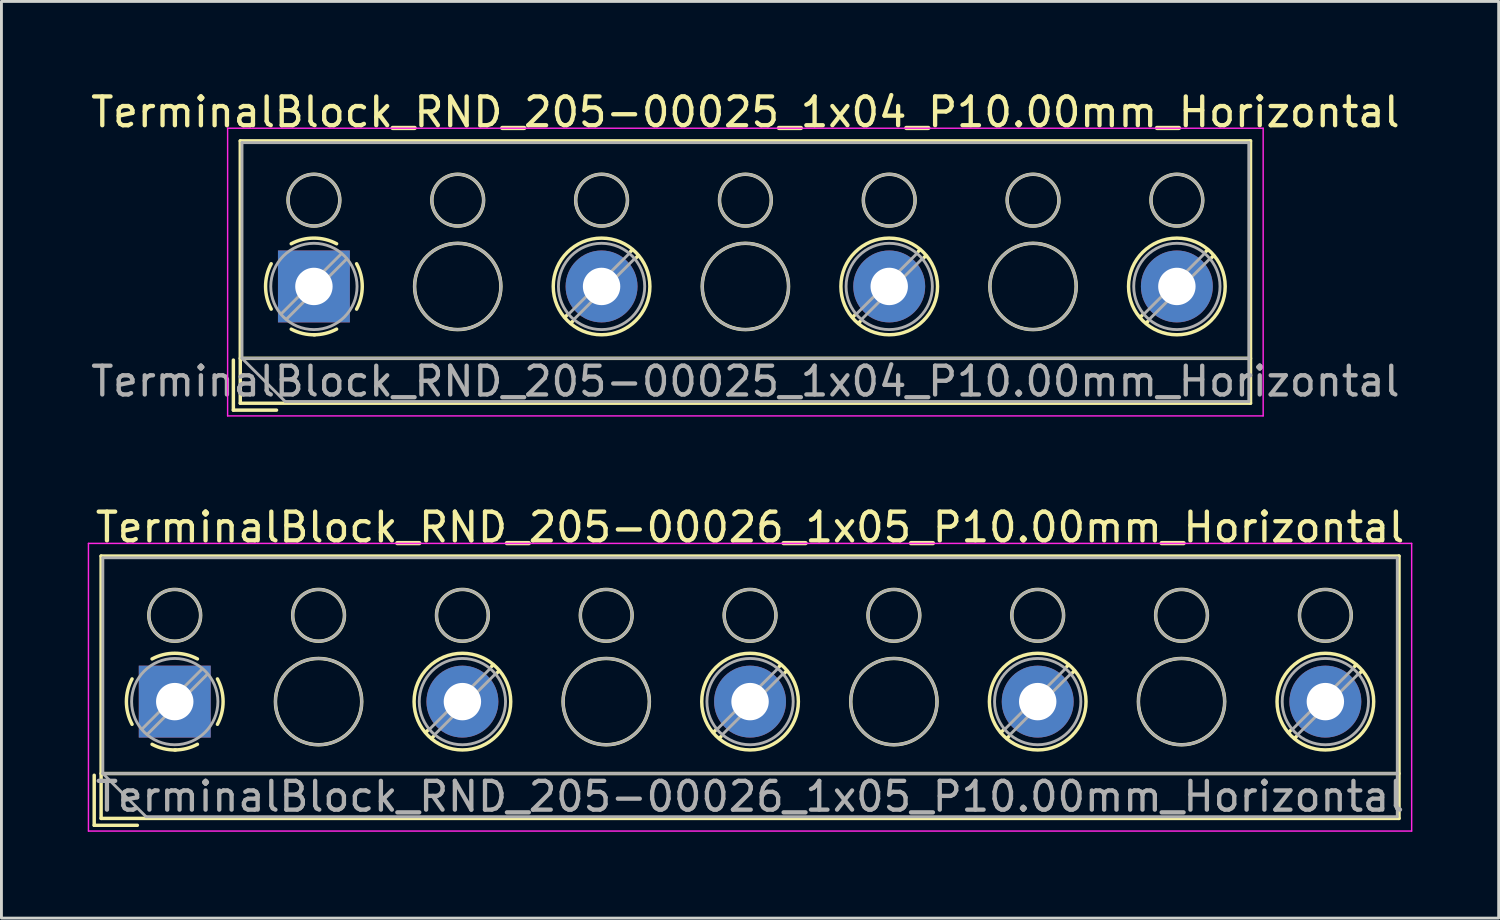
<source format=kicad_pcb>
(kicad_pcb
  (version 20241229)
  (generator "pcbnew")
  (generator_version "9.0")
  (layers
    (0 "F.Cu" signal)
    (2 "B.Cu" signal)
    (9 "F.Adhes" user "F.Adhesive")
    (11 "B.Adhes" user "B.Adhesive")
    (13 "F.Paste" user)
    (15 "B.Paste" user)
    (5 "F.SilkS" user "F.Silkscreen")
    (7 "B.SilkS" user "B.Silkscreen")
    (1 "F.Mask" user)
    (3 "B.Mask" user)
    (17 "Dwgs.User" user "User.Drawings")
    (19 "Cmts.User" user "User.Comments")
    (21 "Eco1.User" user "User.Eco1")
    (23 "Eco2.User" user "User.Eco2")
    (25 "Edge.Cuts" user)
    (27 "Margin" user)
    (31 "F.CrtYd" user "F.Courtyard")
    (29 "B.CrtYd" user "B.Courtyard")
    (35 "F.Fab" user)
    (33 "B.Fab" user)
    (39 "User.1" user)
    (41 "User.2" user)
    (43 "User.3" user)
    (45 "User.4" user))
  (footprint "TerminalBlock_RND_205-00026_1x05_P10.00mm_Horizontal"
    (layer "F.Cu")
    (at 3.025 21.341)
    (property "Reference" "TerminalBlock_RND_205-00026_1x05_P10.00mm_Horizontal" (at 20 -6.06 0) (layer "F.SilkS") (effects (font (size 1 1) (thickness 0.15))))
    (attr through_hole)
    (fp_line (start -2.8 2.56) (end -2.8 4.3) (stroke (width 0.12) (type solid)) (layer "F.SilkS"))
    (fp_line (start -2.8 4.3) (end -1.3 4.3) (stroke (width 0.12) (type solid)) (layer "F.SilkS"))
    (fp_line (start -2.56 -5.06) (end -2.56 4.06) (stroke (width 0.12) (type solid)) (layer "F.SilkS"))
    (fp_line (start -2.56 -5.06) (end 42.56 -5.06) (stroke (width 0.12) (type solid)) (layer "F.SilkS"))
    (fp_line (start -2.56 2.5) (end 42.56 2.5) (stroke (width 0.12) (type solid)) (layer "F.SilkS"))
    (fp_line (start -2.56 4.06) (end 42.56 4.06) (stroke (width 0.12) (type solid)) (layer "F.SilkS"))
    (fp_line (start 8.82 0.976) (end 8.726 1.069) (stroke (width 0.12) (type solid)) (layer "F.SilkS"))
    (fp_line (start 8.99 1.216) (end 8.931 1.274) (stroke (width 0.12) (type solid)) (layer "F.SilkS"))
    (fp_line (start 11.07 -1.275) (end 11.011 -1.216) (stroke (width 0.12) (type solid)) (layer "F.SilkS"))
    (fp_line (start 11.275 -1.069) (end 11.181 -0.976) (stroke (width 0.12) (type solid)) (layer "F.SilkS"))
    (fp_line (start 18.82 0.976) (end 18.726 1.069) (stroke (width 0.12) (type solid)) (layer "F.SilkS"))
    (fp_line (start 18.99 1.216) (end 18.931 1.274) (stroke (width 0.12) (type solid)) (layer "F.SilkS"))
    (fp_line (start 21.07 -1.275) (end 21.011 -1.216) (stroke (width 0.12) (type solid)) (layer "F.SilkS"))
    (fp_line (start 21.275 -1.069) (end 21.181 -0.976) (stroke (width 0.12) (type solid)) (layer "F.SilkS"))
    (fp_line (start 28.82 0.976) (end 28.726 1.069) (stroke (width 0.12) (type solid)) (layer "F.SilkS"))
    (fp_line (start 28.99 1.216) (end 28.931 1.274) (stroke (width 0.12) (type solid)) (layer "F.SilkS"))
    (fp_line (start 31.07 -1.275) (end 31.011 -1.216) (stroke (width 0.12) (type solid)) (layer "F.SilkS"))
    (fp_line (start 31.275 -1.069) (end 31.181 -0.976) (stroke (width 0.12) (type solid)) (layer "F.SilkS"))
    (fp_line (start 38.82 0.976) (end 38.726 1.069) (stroke (width 0.12) (type solid)) (layer "F.SilkS"))
    (fp_line (start 38.99 1.216) (end 38.931 1.274) (stroke (width 0.12) (type solid)) (layer "F.SilkS"))
    (fp_line (start 41.07 -1.275) (end 41.011 -1.216) (stroke (width 0.12) (type solid)) (layer "F.SilkS"))
    (fp_line (start 41.275 -1.069) (end 41.181 -0.976) (stroke (width 0.12) (type solid)) (layer "F.SilkS"))
    (fp_line (start 42.56 -5.06) (end 42.56 4.06) (stroke (width 0.12) (type solid)) (layer "F.SilkS"))
    (fp_arc (start -1.483953 0.789089) (mid -1.680708 0.00005) (end -1.484 -0.789) (stroke (width 0.12) (type solid)) (layer "F.SilkS"))
    (fp_arc (start -0.789089 -1.483953) (mid -0.00005 -1.680708) (end 0.789 -1.484) (stroke (width 0.12) (type solid)) (layer "F.SilkS"))
    (fp_arc (start 0.029383 1.68045) (mid -0.392304 1.634281) (end -0.789 1.484) (stroke (width 0.12) (type solid)) (layer "F.SilkS"))
    (fp_arc (start 0.788712 1.483352) (mid 0.406429 1.630097) (end 0 1.68) (stroke (width 0.12) (type solid)) (layer "F.SilkS"))
    (fp_arc (start 1.483953 -0.789089) (mid 1.680708 -0.00005) (end 1.484 0.789) (stroke (width 0.12) (type solid)) (layer "F.SilkS"))
    (fp_circle (center 0 -3) (end 0.9 -3) (stroke (width 0.12) (type solid)) (fill no) (layer "F.SilkS"))
    (fp_circle (center 5 -3) (end 5.9 -3) (stroke (width 0.12) (type solid)) (fill no) (layer "F.SilkS"))
    (fp_circle (center 5 0) (end 6.5 0) (stroke (width 0.12) (type solid)) (fill no) (layer "F.SilkS"))
    (fp_circle (center 10 -3) (end 10.9 -3) (stroke (width 0.12) (type solid)) (fill no) (layer "F.SilkS"))
    (fp_circle (center 10 0) (end 11.68 0) (stroke (width 0.12) (type solid)) (fill no) (layer "F.SilkS"))
    (fp_circle (center 15 -3) (end 15.9 -3) (stroke (width 0.12) (type solid)) (fill no) (layer "F.SilkS"))
    (fp_circle (center 15 0) (end 16.5 0) (stroke (width 0.12) (type solid)) (fill no) (layer "F.SilkS"))
    (fp_circle (center 20 -3) (end 20.9 -3) (stroke (width 0.12) (type solid)) (fill no) (layer "F.SilkS"))
    (fp_circle (center 20 0) (end 21.68 0) (stroke (width 0.12) (type solid)) (fill no) (layer "F.SilkS"))
    (fp_circle (center 25 -3) (end 25.9 -3) (stroke (width 0.12) (type solid)) (fill no) (layer "F.SilkS"))
    (fp_circle (center 25 0) (end 26.5 0) (stroke (width 0.12) (type solid)) (fill no) (layer "F.SilkS"))
    (fp_circle (center 30 -3) (end 30.9 -3) (stroke (width 0.12) (type solid)) (fill no) (layer "F.SilkS"))
    (fp_circle (center 30 0) (end 31.68 0) (stroke (width 0.12) (type solid)) (fill no) (layer "F.SilkS"))
    (fp_circle (center 35 -3) (end 35.9 -3) (stroke (width 0.12) (type solid)) (fill no) (layer "F.SilkS"))
    (fp_circle (center 35 0) (end 36.5 0) (stroke (width 0.12) (type solid)) (fill no) (layer "F.SilkS"))
    (fp_circle (center 40 -3) (end 40.9 -3) (stroke (width 0.12) (type solid)) (fill no) (layer "F.SilkS"))
    (fp_circle (center 40 0) (end 41.68 0) (stroke (width 0.12) (type solid)) (fill no) (layer "F.SilkS"))
    (fp_line (start -3 -5.5) (end -3 4.5) (stroke (width 0.05) (type solid)) (layer "F.CrtYd"))
    (fp_line (start -3 4.5) (end 43 4.5) (stroke (width 0.05) (type solid)) (layer "F.CrtYd"))
    (fp_line (start 43 -5.5) (end -3 -5.5) (stroke (width 0.05) (type solid)) (layer "F.CrtYd"))
    (fp_line (start 43 4.5) (end 43 -5.5) (stroke (width 0.05) (type solid)) (layer "F.CrtYd"))
    (fp_line (start -2.5 -5) (end 42.5 -5) (stroke (width 0.1) (type solid)) (layer "F.Fab"))
    (fp_line (start -2.5 2.5) (end -2.5 -5) (stroke (width 0.1) (type solid)) (layer "F.Fab"))
    (fp_line (start -2.5 2.5) (end 42.5 2.5) (stroke (width 0.1) (type solid)) (layer "F.Fab"))
    (fp_line (start -1 4) (end -2.5 2.5) (stroke (width 0.1) (type solid)) (layer "F.Fab"))
    (fp_line (start 0.955 -1.138) (end -1.138 0.955) (stroke (width 0.1) (type solid)) (layer "F.Fab"))
    (fp_line (start 1.138 -0.955) (end -0.955 1.138) (stroke (width 0.1) (type solid)) (layer "F.Fab"))
    (fp_line (start 10.955 -1.138) (end 8.863 0.955) (stroke (width 0.1) (type solid)) (layer "F.Fab"))
    (fp_line (start 11.138 -0.955) (end 9.046 1.138) (stroke (width 0.1) (type solid)) (layer "F.Fab"))
    (fp_line (start 20.955 -1.138) (end 18.863 0.955) (stroke (width 0.1) (type solid)) (layer "F.Fab"))
    (fp_line (start 21.138 -0.955) (end 19.046 1.138) (stroke (width 0.1) (type solid)) (layer "F.Fab"))
    (fp_line (start 30.955 -1.138) (end 28.863 0.955) (stroke (width 0.1) (type solid)) (layer "F.Fab"))
    (fp_line (start 31.138 -0.955) (end 29.046 1.138) (stroke (width 0.1) (type solid)) (layer "F.Fab"))
    (fp_line (start 40.955 -1.138) (end 38.863 0.955) (stroke (width 0.1) (type solid)) (layer "F.Fab"))
    (fp_line (start 41.138 -0.955) (end 39.046 1.138) (stroke (width 0.1) (type solid)) (layer "F.Fab"))
    (fp_line (start 42.5 -5) (end 42.5 4) (stroke (width 0.1) (type solid)) (layer "F.Fab"))
    (fp_line (start 42.5 4) (end -1 4) (stroke (width 0.1) (type solid)) (layer "F.Fab"))
    (fp_circle (center 0 -3) (end 0.9 -3) (stroke (width 0.1) (type solid)) (fill no) (layer "F.Fab"))
    (fp_circle (center 0 0) (end 1.5 0) (stroke (width 0.1) (type solid)) (fill no) (layer "F.Fab"))
    (fp_circle (center 5 -3) (end 5.9 -3) (stroke (width 0.1) (type solid)) (fill no) (layer "F.Fab"))
    (fp_circle (center 5 0) (end 6.5 0) (stroke (width 0.1) (type solid)) (fill no) (layer "F.Fab"))
    (fp_circle (center 10 -3) (end 10.9 -3) (stroke (width 0.1) (type solid)) (fill no) (layer "F.Fab"))
    (fp_circle (center 10 0) (end 11.5 0) (stroke (width 0.1) (type solid)) (fill no) (layer "F.Fab"))
    (fp_circle (center 15 -3) (end 15.9 -3) (stroke (width 0.1) (type solid)) (fill no) (layer "F.Fab"))
    (fp_circle (center 15 0) (end 16.5 0) (stroke (width 0.1) (type solid)) (fill no) (layer "F.Fab"))
    (fp_circle (center 20 -3) (end 20.9 -3) (stroke (width 0.1) (type solid)) (fill no) (layer "F.Fab"))
    (fp_circle (center 20 0) (end 21.5 0) (stroke (width 0.1) (type solid)) (fill no) (layer "F.Fab"))
    (fp_circle (center 25 -3) (end 25.9 -3) (stroke (width 0.1) (type solid)) (fill no) (layer "F.Fab"))
    (fp_circle (center 25 0) (end 26.5 0) (stroke (width 0.1) (type solid)) (fill no) (layer "F.Fab"))
    (fp_circle (center 30 -3) (end 30.9 -3) (stroke (width 0.1) (type solid)) (fill no) (layer "F.Fab"))
    (fp_circle (center 30 0) (end 31.5 0) (stroke (width 0.1) (type solid)) (fill no) (layer "F.Fab"))
    (fp_circle (center 35 -3) (end 35.9 -3) (stroke (width 0.1) (type solid)) (fill no) (layer "F.Fab"))
    (fp_circle (center 35 0) (end 36.5 0) (stroke (width 0.1) (type solid)) (fill no) (layer "F.Fab"))
    (fp_circle (center 40 -3) (end 40.9 -3) (stroke (width 0.1) (type solid)) (fill no) (layer "F.Fab"))
    (fp_circle (center 40 0) (end 41.5 0) (stroke (width 0.1) (type solid)) (fill no) (layer "F.Fab"))
    (fp_text user "${REFERENCE}" (at 20 3.3 0) (layer "F.Fab") (effects (font (size 1 1) (thickness 0.15))))
    (pad "1" thru_hole rect (at 0 0) (size 2.5 2.5) (drill 1.3) (layers "*.Cu" "*.Mask"))
    (pad "2" thru_hole circle (at 10 0) (size 2.5 2.5) (drill 1.3) (layers "*.Cu" "*.Mask"))
    (pad "3" thru_hole circle (at 20 0) (size 2.5 2.5) (drill 1.3) (layers "*.Cu" "*.Mask"))
    (pad "4" thru_hole circle (at 30 0) (size 2.5 2.5) (drill 1.3) (layers "*.Cu" "*.Mask"))
    (pad "5" thru_hole circle (at 40 0) (size 2.5 2.5) (drill 1.3) (layers "*.Cu" "*.Mask")))
  (footprint "TerminalBlock_RND_205-00025_1x04_P10.00mm_Horizontal"
    (layer "F.Cu")
    (at 7.863 6.908)
    (property "Reference" "TerminalBlock_RND_205-00025_1x04_P10.00mm_Horizontal" (at 15 -6.06 0) (layer "F.SilkS") (effects (font (size 1 1) (thickness 0.15))))
    (attr through_hole)
    (fp_line (start -2.8 2.56) (end -2.8 4.3) (stroke (width 0.12) (type solid)) (layer "F.SilkS"))
    (fp_line (start -2.8 4.3) (end -1.3 4.3) (stroke (width 0.12) (type solid)) (layer "F.SilkS"))
    (fp_line (start -2.56 -5.06) (end -2.56 4.06) (stroke (width 0.12) (type solid)) (layer "F.SilkS"))
    (fp_line (start -2.56 -5.06) (end 32.56 -5.06) (stroke (width 0.12) (type solid)) (layer "F.SilkS"))
    (fp_line (start -2.56 2.5) (end 32.56 2.5) (stroke (width 0.12) (type solid)) (layer "F.SilkS"))
    (fp_line (start -2.56 4.06) (end 32.56 4.06) (stroke (width 0.12) (type solid)) (layer "F.SilkS"))
    (fp_line (start 8.82 0.976) (end 8.726 1.069) (stroke (width 0.12) (type solid)) (layer "F.SilkS"))
    (fp_line (start 8.99 1.216) (end 8.931 1.274) (stroke (width 0.12) (type solid)) (layer "F.SilkS"))
    (fp_line (start 11.07 -1.275) (end 11.011 -1.216) (stroke (width 0.12) (type solid)) (layer "F.SilkS"))
    (fp_line (start 11.275 -1.069) (end 11.181 -0.976) (stroke (width 0.12) (type solid)) (layer "F.SilkS"))
    (fp_line (start 18.82 0.976) (end 18.726 1.069) (stroke (width 0.12) (type solid)) (layer "F.SilkS"))
    (fp_line (start 18.99 1.216) (end 18.931 1.274) (stroke (width 0.12) (type solid)) (layer "F.SilkS"))
    (fp_line (start 21.07 -1.275) (end 21.011 -1.216) (stroke (width 0.12) (type solid)) (layer "F.SilkS"))
    (fp_line (start 21.275 -1.069) (end 21.181 -0.976) (stroke (width 0.12) (type solid)) (layer "F.SilkS"))
    (fp_line (start 28.82 0.976) (end 28.726 1.069) (stroke (width 0.12) (type solid)) (layer "F.SilkS"))
    (fp_line (start 28.99 1.216) (end 28.931 1.274) (stroke (width 0.12) (type solid)) (layer "F.SilkS"))
    (fp_line (start 31.07 -1.275) (end 31.011 -1.216) (stroke (width 0.12) (type solid)) (layer "F.SilkS"))
    (fp_line (start 31.275 -1.069) (end 31.181 -0.976) (stroke (width 0.12) (type solid)) (layer "F.SilkS"))
    (fp_line (start 32.56 -5.06) (end 32.56 4.06) (stroke (width 0.12) (type solid)) (layer "F.SilkS"))
    (fp_arc (start -1.483953 0.789089) (mid -1.680708 0.00005) (end -1.484 -0.789) (stroke (width 0.12) (type solid)) (layer "F.SilkS"))
    (fp_arc (start -0.789089 -1.483953) (mid -0.00005 -1.680708) (end 0.789 -1.484) (stroke (width 0.12) (type solid)) (layer "F.SilkS"))
    (fp_arc (start 0.029383 1.68045) (mid -0.392304 1.634281) (end -0.789 1.484) (stroke (width 0.12) (type solid)) (layer "F.SilkS"))
    (fp_arc (start 0.788712 1.483352) (mid 0.406429 1.630097) (end 0 1.68) (stroke (width 0.12) (type solid)) (layer "F.SilkS"))
    (fp_arc (start 1.483953 -0.789089) (mid 1.680708 -0.00005) (end 1.484 0.789) (stroke (width 0.12) (type solid)) (layer "F.SilkS"))
    (fp_circle (center 0 -3) (end 0.9 -3) (stroke (width 0.12) (type solid)) (fill no) (layer "F.SilkS"))
    (fp_circle (center 5 -3) (end 5.9 -3) (stroke (width 0.12) (type solid)) (fill no) (layer "F.SilkS"))
    (fp_circle (center 5 0) (end 6.5 0) (stroke (width 0.12) (type solid)) (fill no) (layer "F.SilkS"))
    (fp_circle (center 10 -3) (end 10.9 -3) (stroke (width 0.12) (type solid)) (fill no) (layer "F.SilkS"))
    (fp_circle (center 10 0) (end 11.68 0) (stroke (width 0.12) (type solid)) (fill no) (layer "F.SilkS"))
    (fp_circle (center 15 -3) (end 15.9 -3) (stroke (width 0.12) (type solid)) (fill no) (layer "F.SilkS"))
    (fp_circle (center 15 0) (end 16.5 0) (stroke (width 0.12) (type solid)) (fill no) (layer "F.SilkS"))
    (fp_circle (center 20 -3) (end 20.9 -3) (stroke (width 0.12) (type solid)) (fill no) (layer "F.SilkS"))
    (fp_circle (center 20 0) (end 21.68 0) (stroke (width 0.12) (type solid)) (fill no) (layer "F.SilkS"))
    (fp_circle (center 25 -3) (end 25.9 -3) (stroke (width 0.12) (type solid)) (fill no) (layer "F.SilkS"))
    (fp_circle (center 25 0) (end 26.5 0) (stroke (width 0.12) (type solid)) (fill no) (layer "F.SilkS"))
    (fp_circle (center 30 -3) (end 30.9 -3) (stroke (width 0.12) (type solid)) (fill no) (layer "F.SilkS"))
    (fp_circle (center 30 0) (end 31.68 0) (stroke (width 0.12) (type solid)) (fill no) (layer "F.SilkS"))
    (fp_line (start -3 -5.5) (end -3 4.5) (stroke (width 0.05) (type solid)) (layer "F.CrtYd"))
    (fp_line (start -3 4.5) (end 33 4.5) (stroke (width 0.05) (type solid)) (layer "F.CrtYd"))
    (fp_line (start 33 -5.5) (end -3 -5.5) (stroke (width 0.05) (type solid)) (layer "F.CrtYd"))
    (fp_line (start 33 4.5) (end 33 -5.5) (stroke (width 0.05) (type solid)) (layer "F.CrtYd"))
    (fp_line (start -2.5 -5) (end 32.5 -5) (stroke (width 0.1) (type solid)) (layer "F.Fab"))
    (fp_line (start -2.5 2.5) (end -2.5 -5) (stroke (width 0.1) (type solid)) (layer "F.Fab"))
    (fp_line (start -2.5 2.5) (end 32.5 2.5) (stroke (width 0.1) (type solid)) (layer "F.Fab"))
    (fp_line (start -1 4) (end -2.5 2.5) (stroke (width 0.1) (type solid)) (layer "F.Fab"))
    (fp_line (start 0.955 -1.138) (end -1.138 0.955) (stroke (width 0.1) (type solid)) (layer "F.Fab"))
    (fp_line (start 1.138 -0.955) (end -0.955 1.138) (stroke (width 0.1) (type solid)) (layer "F.Fab"))
    (fp_line (start 10.955 -1.138) (end 8.863 0.955) (stroke (width 0.1) (type solid)) (layer "F.Fab"))
    (fp_line (start 11.138 -0.955) (end 9.046 1.138) (stroke (width 0.1) (type solid)) (layer "F.Fab"))
    (fp_line (start 20.955 -1.138) (end 18.863 0.955) (stroke (width 0.1) (type solid)) (layer "F.Fab"))
    (fp_line (start 21.138 -0.955) (end 19.046 1.138) (stroke (width 0.1) (type solid)) (layer "F.Fab"))
    (fp_line (start 30.955 -1.138) (end 28.863 0.955) (stroke (width 0.1) (type solid)) (layer "F.Fab"))
    (fp_line (start 31.138 -0.955) (end 29.046 1.138) (stroke (width 0.1) (type solid)) (layer "F.Fab"))
    (fp_line (start 32.5 -5) (end 32.5 4) (stroke (width 0.1) (type solid)) (layer "F.Fab"))
    (fp_line (start 32.5 4) (end -1 4) (stroke (width 0.1) (type solid)) (layer "F.Fab"))
    (fp_circle (center 0 -3) (end 0.9 -3) (stroke (width 0.1) (type solid)) (fill no) (layer "F.Fab"))
    (fp_circle (center 0 0) (end 1.5 0) (stroke (width 0.1) (type solid)) (fill no) (layer "F.Fab"))
    (fp_circle (center 5 -3) (end 5.9 -3) (stroke (width 0.1) (type solid)) (fill no) (layer "F.Fab"))
    (fp_circle (center 5 0) (end 6.5 0) (stroke (width 0.1) (type solid)) (fill no) (layer "F.Fab"))
    (fp_circle (center 10 -3) (end 10.9 -3) (stroke (width 0.1) (type solid)) (fill no) (layer "F.Fab"))
    (fp_circle (center 10 0) (end 11.5 0) (stroke (width 0.1) (type solid)) (fill no) (layer "F.Fab"))
    (fp_circle (center 15 -3) (end 15.9 -3) (stroke (width 0.1) (type solid)) (fill no) (layer "F.Fab"))
    (fp_circle (center 15 0) (end 16.5 0) (stroke (width 0.1) (type solid)) (fill no) (layer "F.Fab"))
    (fp_circle (center 20 -3) (end 20.9 -3) (stroke (width 0.1) (type solid)) (fill no) (layer "F.Fab"))
    (fp_circle (center 20 0) (end 21.5 0) (stroke (width 0.1) (type solid)) (fill no) (layer "F.Fab"))
    (fp_circle (center 25 -3) (end 25.9 -3) (stroke (width 0.1) (type solid)) (fill no) (layer "F.Fab"))
    (fp_circle (center 25 0) (end 26.5 0) (stroke (width 0.1) (type solid)) (fill no) (layer "F.Fab"))
    (fp_circle (center 30 -3) (end 30.9 -3) (stroke (width 0.1) (type solid)) (fill no) (layer "F.Fab"))
    (fp_circle (center 30 0) (end 31.5 0) (stroke (width 0.1) (type solid)) (fill no) (layer "F.Fab"))
    (fp_text user "${REFERENCE}" (at 15 3.3 0) (layer "F.Fab") (effects (font (size 1 1) (thickness 0.15))))
    (pad "1" thru_hole rect (at 0 0) (size 2.5 2.5) (drill 1.3) (layers "*.Cu" "*.Mask"))
    (pad "2" thru_hole circle (at 10 0) (size 2.5 2.5) (drill 1.3) (layers "*.Cu" "*.Mask"))
    (pad "3" thru_hole circle (at 20 0) (size 2.5 2.5) (drill 1.3) (layers "*.Cu" "*.Mask"))
    (pad "4" thru_hole circle (at 30 0) (size 2.5 2.5) (drill 1.3) (layers "*.Cu" "*.Mask")))
  (gr_rect
    (start -3 -3)
    (end 49.05 28.866)
    (stroke (width 0.1) (type default))
    (fill no)
    (layer "Edge.Cuts")))
</source>
